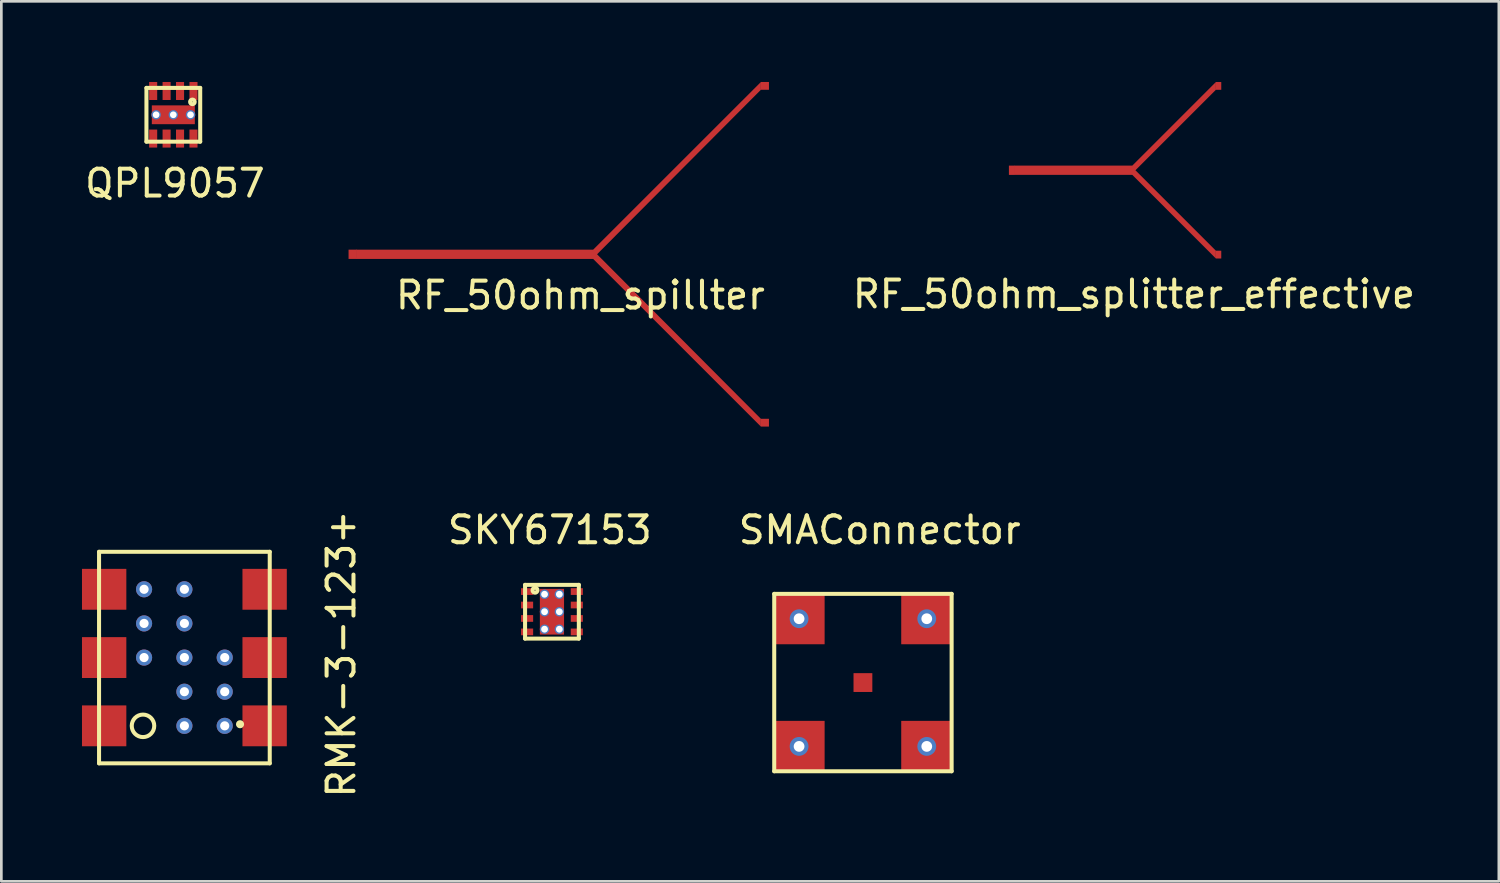
<source format=kicad_pcb>
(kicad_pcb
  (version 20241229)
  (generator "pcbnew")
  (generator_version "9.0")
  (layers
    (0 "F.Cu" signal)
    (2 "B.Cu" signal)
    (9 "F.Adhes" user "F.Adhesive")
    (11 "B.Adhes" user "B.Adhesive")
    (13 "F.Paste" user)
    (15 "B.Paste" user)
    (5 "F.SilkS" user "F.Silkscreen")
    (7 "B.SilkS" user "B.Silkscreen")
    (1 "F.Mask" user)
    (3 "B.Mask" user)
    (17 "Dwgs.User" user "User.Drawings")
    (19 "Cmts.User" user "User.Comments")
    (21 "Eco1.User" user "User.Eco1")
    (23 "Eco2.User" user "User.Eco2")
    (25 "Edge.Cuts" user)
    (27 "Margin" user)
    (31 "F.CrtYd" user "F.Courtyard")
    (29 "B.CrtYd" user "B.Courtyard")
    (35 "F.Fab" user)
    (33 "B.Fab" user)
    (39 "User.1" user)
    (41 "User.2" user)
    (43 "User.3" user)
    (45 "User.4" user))
  (footprint "RF_50ohm_spillter"
    (layer "F.Cu")
    (at 19.017 6.41)
    (property "Reference" "RF_50ohm_spillter" (at -0.475 1.525 0) (layer "F.SilkS") (effects (font (size 1 1) (thickness 0.15))))
    (attr through_hole)
    (pad "1" smd rect (at -8.95 0) (size 0.3 0.345) (layers "F.Cu" "F.Mask" "F.Paste"))
    (pad "1" smd custom (at 0 0) (size 0.3 0.3) (layers "F.Cu" "F.Mask") (options (anchor rect)) (primitives (gr_poly (pts (xy -8.82 0.172) (xy 0 0.172) (xy 6.24 6.41) (xy 6.24 6.12) (xy 0.145 0) (xy 6.24 -6.12) (xy 6.24 -6.41) (xy 0 -0.172) (xy -8.82 -0.172)) (width 0) (fill yes))))
    (pad "1" smd rect (at 6.39 -6.265) (size 0.3 0.29) (layers "F.Cu" "F.Mask" "F.Paste"))
    (pad "1" smd rect (at 6.39 6.265) (size 0.3 0.29) (layers "F.Cu" "F.Mask" "F.Paste")))
  (footprint "RMK-3-123+"
    (layer "F.Cu")
    (at 3.81 21.413)
    (property "Reference" "RMK-3-123+" (at 5.835 -0.135 90) (layer "F.SilkS") (effects (font (size 1 1) (thickness 0.15))))
    (attr through_hole)
    (fp_line (start -3.175 -3.935) (end 3.175 -3.935) (stroke (width 0.15) (type solid)) (layer "F.SilkS"))
    (fp_line (start -3.175 3.935) (end -3.175 -3.935) (stroke (width 0.15) (type solid)) (layer "F.SilkS"))
    (fp_line (start 3.175 -3.935) (end 3.175 3.935) (stroke (width 0.15) (type solid)) (layer "F.SilkS"))
    (fp_line (start 3.175 3.935) (end -3.175 3.935) (stroke (width 0.15) (type solid)) (layer "F.SilkS"))
    (fp_circle (center -1.54 2.54) (end -1.27 2.86) (stroke (width 0.15) (type solid)) (fill no) (layer "F.SilkS"))
    (fp_circle (center 2.07 2.48) (end 2.1 2.55) (stroke (width 0.15) (type solid)) (fill no) (layer "F.SilkS"))
    (pad "1" smd rect (at -2.985 2.54) (size 1.65 1.52) (layers "F.Cu" "F.Mask" "F.Paste"))
    (pad "2" smd rect (at -2.985 0) (size 1.65 1.52) (layers "F.Cu" "F.Mask" "F.Paste"))
    (pad "2" thru_hole circle (at -1.5 -2.54) (size 0.6 0.6) (drill 0.34) (layers "*.Cu"))
    (pad "2" thru_hole circle (at -1.5 -1.27) (size 0.6 0.6) (drill 0.34) (layers "*.Cu"))
    (pad "2" thru_hole circle (at -1.5 0) (size 0.6 0.6) (drill 0.34) (layers "*.Cu"))
    (pad "2" thru_hole circle (at 0 -2.54) (size 0.6 0.6) (drill 0.34) (layers "*.Cu"))
    (pad "2" thru_hole circle (at 0 -1.27 90) (size 0.6 0.6) (drill 0.34) (layers "*.Cu"))
    (pad "2" thru_hole circle (at 0 0) (size 0.6 0.6) (drill 0.34) (layers "*.Cu"))
    (pad "2" thru_hole circle (at 0 1.27) (size 0.6 0.6) (drill 0.34) (layers "*.Cu"))
    (pad "2" thru_hole circle (at 0 2.54) (size 0.6 0.6) (drill 0.34) (layers "*.Cu" "F.Paste"))
    (pad "2" thru_hole circle (at 1.5 0) (size 0.6 0.6) (drill 0.34) (layers "*.Cu"))
    (pad "2" thru_hole circle (at 1.5 1.27) (size 0.6 0.6) (drill 0.34) (layers "*.Cu"))
    (pad "2" thru_hole circle (at 1.5 2.54) (size 0.6 0.6) (drill 0.34) (layers "*.Cu"))
    (pad "3" smd rect (at -2.985 -2.54) (size 1.65 1.52) (layers "F.Cu" "F.Mask" "F.Paste"))
    (pad "4" smd rect (at 2.985 -2.54) (size 1.65 1.52) (layers "F.Cu" "F.Mask" "F.Paste"))
    (pad "5" smd rect (at 2.985 0) (size 1.65 1.52) (layers "F.Cu" "F.Mask" "F.Paste"))
    (pad "6" smd rect (at 2.985 2.54) (size 1.65 1.52) (layers "F.Cu" "F.Mask" "F.Paste")))
  (footprint "SKY67153"
    (layer "F.Cu")
    (at 17.484 19.708)
    (property "Reference" "SKY67153" (at -0.08 -3.04 0) (layer "F.SilkS") (effects (font (size 1 1) (thickness 0.15))))
    (attr through_hole)
    (fp_line (start -1 -1) (end -1 1) (stroke (width 0.15) (type solid)) (layer "F.SilkS"))
    (fp_line (start -1 1) (end 1 1) (stroke (width 0.15) (type solid)) (layer "F.SilkS"))
    (fp_line (start 1 -1) (end -1 -1) (stroke (width 0.15) (type solid)) (layer "F.SilkS"))
    (fp_line (start 1 1) (end 1 -1) (stroke (width 0.15) (type solid)) (layer "F.SilkS"))
    (fp_circle (center -0.63 -0.8) (end -0.57 -0.73) (stroke (width 0.15) (type solid)) (fill no) (layer "F.SilkS"))
    (pad "1" smd rect (at -0.925 -0.75) (size 0.45 0.25) (layers "F.Cu" "F.Mask" "F.Paste"))
    (pad "2" smd rect (at -0.925 -0.25) (size 0.45 0.25) (layers "F.Cu" "F.Mask" "F.Paste"))
    (pad "3" smd rect (at -0.925 0.25) (size 0.45 0.25) (layers "F.Cu" "F.Mask" "F.Paste"))
    (pad "4" smd rect (at -0.925 0.75) (size 0.45 0.25) (layers "F.Cu" "F.Mask" "F.Paste"))
    (pad "5" smd rect (at 0.925 0.75) (size 0.45 0.25) (layers "F.Cu" "F.Mask" "F.Paste"))
    (pad "6" smd rect (at 0.925 0.25) (size 0.45 0.25) (layers "F.Cu" "F.Mask" "F.Paste"))
    (pad "7" smd rect (at 0.925 -0.25) (size 0.45 0.25) (layers "F.Cu" "F.Mask" "F.Paste"))
    (pad "8" smd rect (at 0.925 -0.75) (size 0.45 0.25) (layers "F.Cu" "F.Mask" "F.Paste"))
    (pad "9" thru_hole circle (at -0.275 -0.65) (size 0.35 0.35) (drill 0.254) (layers "*.Cu" "*.Mask"))
    (pad "9" thru_hole circle (at -0.275 0) (size 0.35 0.35) (drill 0.254) (layers "*.Cu" "*.Mask"))
    (pad "9" thru_hole circle (at -0.275 0.65) (size 0.35 0.35) (drill 0.254) (layers "*.Cu" "*.Mask"))
    (pad "9" smd rect (at 0 0) (size 0.9 1.7) (layers "F.Cu" "F.Mask" "F.Paste"))
    (pad "9" thru_hole circle (at 0.275 -0.65) (size 0.35 0.35) (drill 0.254) (layers "*.Cu" "*.Mask"))
    (pad "9" thru_hole circle (at 0.275 0) (size 0.35 0.35) (drill 0.254) (layers "*.Cu" "*.Mask"))
    (pad "9" thru_hole circle (at 0.275 0.65) (size 0.35 0.35) (drill 0.254) (layers "*.Cu" "*.Mask")))
  (footprint "SMAConnector"
    (layer "F.Cu")
    (at 29.053 22.343)
    (property "Reference" "SMAConnector" (at 0.625 -5.675 0) (layer "F.SilkS") (effects (font (size 1 1) (thickness 0.15))))
    (attr through_hole)
    (fp_line (start -3.3 -3.3) (end -3.3 3.3) (stroke (width 0.15) (type solid)) (layer "F.SilkS"))
    (fp_line (start -3.3 3.3) (end 3.3 3.3) (stroke (width 0.15) (type solid)) (layer "F.SilkS"))
    (fp_line (start 3.3 -3.3) (end -3.3 -3.3) (stroke (width 0.15) (type solid)) (layer "F.SilkS"))
    (fp_line (start 3.3 3.3) (end 3.3 -3.3) (stroke (width 0.15) (type solid)) (layer "F.SilkS"))
    (pad "1" smd rect (at 0 0) (size 0.7 0.7) (layers "F.Cu" "F.Mask" "F.Paste"))
    (pad "2" thru_hole circle (at -2.375 -2.375) (size 0.7 0.7) (drill 0.4) (layers "*.Cu" "*.Mask"))
    (pad "2" smd rect (at -2.375 -2.375) (size 1.9 1.9) (layers "F.Cu" "F.Mask" "F.Paste"))
    (pad "2" thru_hole circle (at -2.375 2.375) (size 0.7 0.7) (drill 0.4) (layers "*.Cu" "*.Mask"))
    (pad "2" smd rect (at -2.375 2.375) (size 1.9 1.9) (layers "F.Cu" "F.Mask" "F.Paste"))
    (pad "2" thru_hole circle (at 2.375 -2.375) (size 0.7 0.7) (drill 0.4) (layers "*.Cu" "*.Mask"))
    (pad "2" smd rect (at 2.375 -2.375) (size 1.9 1.9) (layers "F.Cu" "F.Mask" "F.Paste"))
    (pad "2" thru_hole circle (at 2.375 2.375) (size 0.7 0.7) (drill 0.4) (layers "*.Cu" "*.Mask"))
    (pad "2" smd rect (at 2.375 2.375) (size 1.9 1.9) (layers "F.Cu" "F.Mask" "F.Paste")))
  (footprint "RF_50ohm_splitter_effective"
    (layer "F.Cu")
    (at 39.074 3.284)
    (property "Reference" "RF_50ohm_splitter_effective" (at 0.06 4.61 0) (layer "F.SilkS") (effects (font (size 1 1) (thickness 0.15))))
    (attr through_hole)
    (pad "1" smd rect (at -4.49 0 180) (size 0.2 0.345) (layers "F.Cu" "F.Mask"))
    (pad "1" smd custom (at 0 0) (size 0.15 0.15) (layers "F.Cu" "F.Mask") (options (anchor rect)) (primitives (gr_poly (pts (xy -4.4 0.172) (xy 0 0.172) (xy 3.111 3.284) (xy 3.111 2.994) (xy 0.117 0) (xy 3.111 -2.994) (xy 3.111 -3.284) (xy 0 -0.172) (xy -4.4 -0.172)) (width 0) (fill yes))))
    (pad "1" smd rect (at 3.21 -3.138 180) (size 0.2 0.29) (layers "F.Cu" "F.Mask"))
    (pad "1" smd rect (at 3.21 3.138 180) (size 0.2 0.29) (layers "F.Cu" "F.Mask")))
  (footprint "QPL9057"
    (layer "F.Cu")
    (at 3.398 1.22)
    (property "Reference" "QPL9057" (at 0.06 2.55 0) (layer "F.SilkS") (effects (font (size 1 1) (thickness 0.15))))
    (attr through_hole)
    (fp_line (start -1 -1) (end -1 1) (stroke (width 0.15) (type solid)) (layer "F.SilkS"))
    (fp_line (start -1 1) (end 1 1) (stroke (width 0.15) (type solid)) (layer "F.SilkS"))
    (fp_line (start 1 -1) (end -1 -1) (stroke (width 0.15) (type solid)) (layer "F.SilkS"))
    (fp_line (start 1 1) (end 1 -1) (stroke (width 0.15) (type solid)) (layer "F.SilkS"))
    (fp_circle (center 0.71 -0.48) (end 0.76 -0.41) (stroke (width 0.15) (type solid)) (fill no) (layer "F.SilkS"))
    (pad "1" smd rect (at 0.75 -0.885) (size 0.3 0.67) (layers "F.Cu" "F.Mask" "F.Paste"))
    (pad "2" smd rect (at 0.25 -0.885) (size 0.3 0.67) (layers "F.Cu" "F.Mask" "F.Paste"))
    (pad "3" smd rect (at -0.25 -0.885) (size 0.3 0.67) (layers "F.Cu" "F.Mask" "F.Paste"))
    (pad "4" smd rect (at -0.75 -0.885) (size 0.3 0.67) (layers "F.Cu" "F.Mask" "F.Paste"))
    (pad "5" smd rect (at -0.75 0.885) (size 0.3 0.67) (layers "F.Cu" "F.Mask" "F.Paste"))
    (pad "6" smd rect (at -0.25 0.885) (size 0.3 0.67) (layers "F.Cu" "F.Mask" "F.Paste"))
    (pad "7" smd rect (at 0.25 0.885) (size 0.3 0.67) (layers "F.Cu" "F.Mask" "F.Paste"))
    (pad "8" smd rect (at 0.75 0.885) (size 0.3 0.67) (layers "F.Cu" "F.Mask" "F.Paste"))
    (pad "9" thru_hole circle (at -0.64 0) (size 0.35 0.35) (drill 0.25) (layers "*.Cu" "*.Mask"))
    (pad "9" thru_hole circle (at 0 0) (size 0.35 0.35) (drill 0.25) (layers "*.Cu" "*.Mask"))
    (pad "9" smd rect (at 0 0) (size 1.6 0.7) (layers "F.Cu" "F.Mask" "F.Paste"))
    (pad "9" thru_hole circle (at 0.64 0) (size 0.35 0.35) (drill 0.25) (layers "*.Cu" "*.Mask")))
  (gr_rect
    (start -3 -3)
    (end 52.711 29.737)
    (stroke (width 0.1) (type default))
    (fill no)
    (layer "Edge.Cuts")))
</source>
